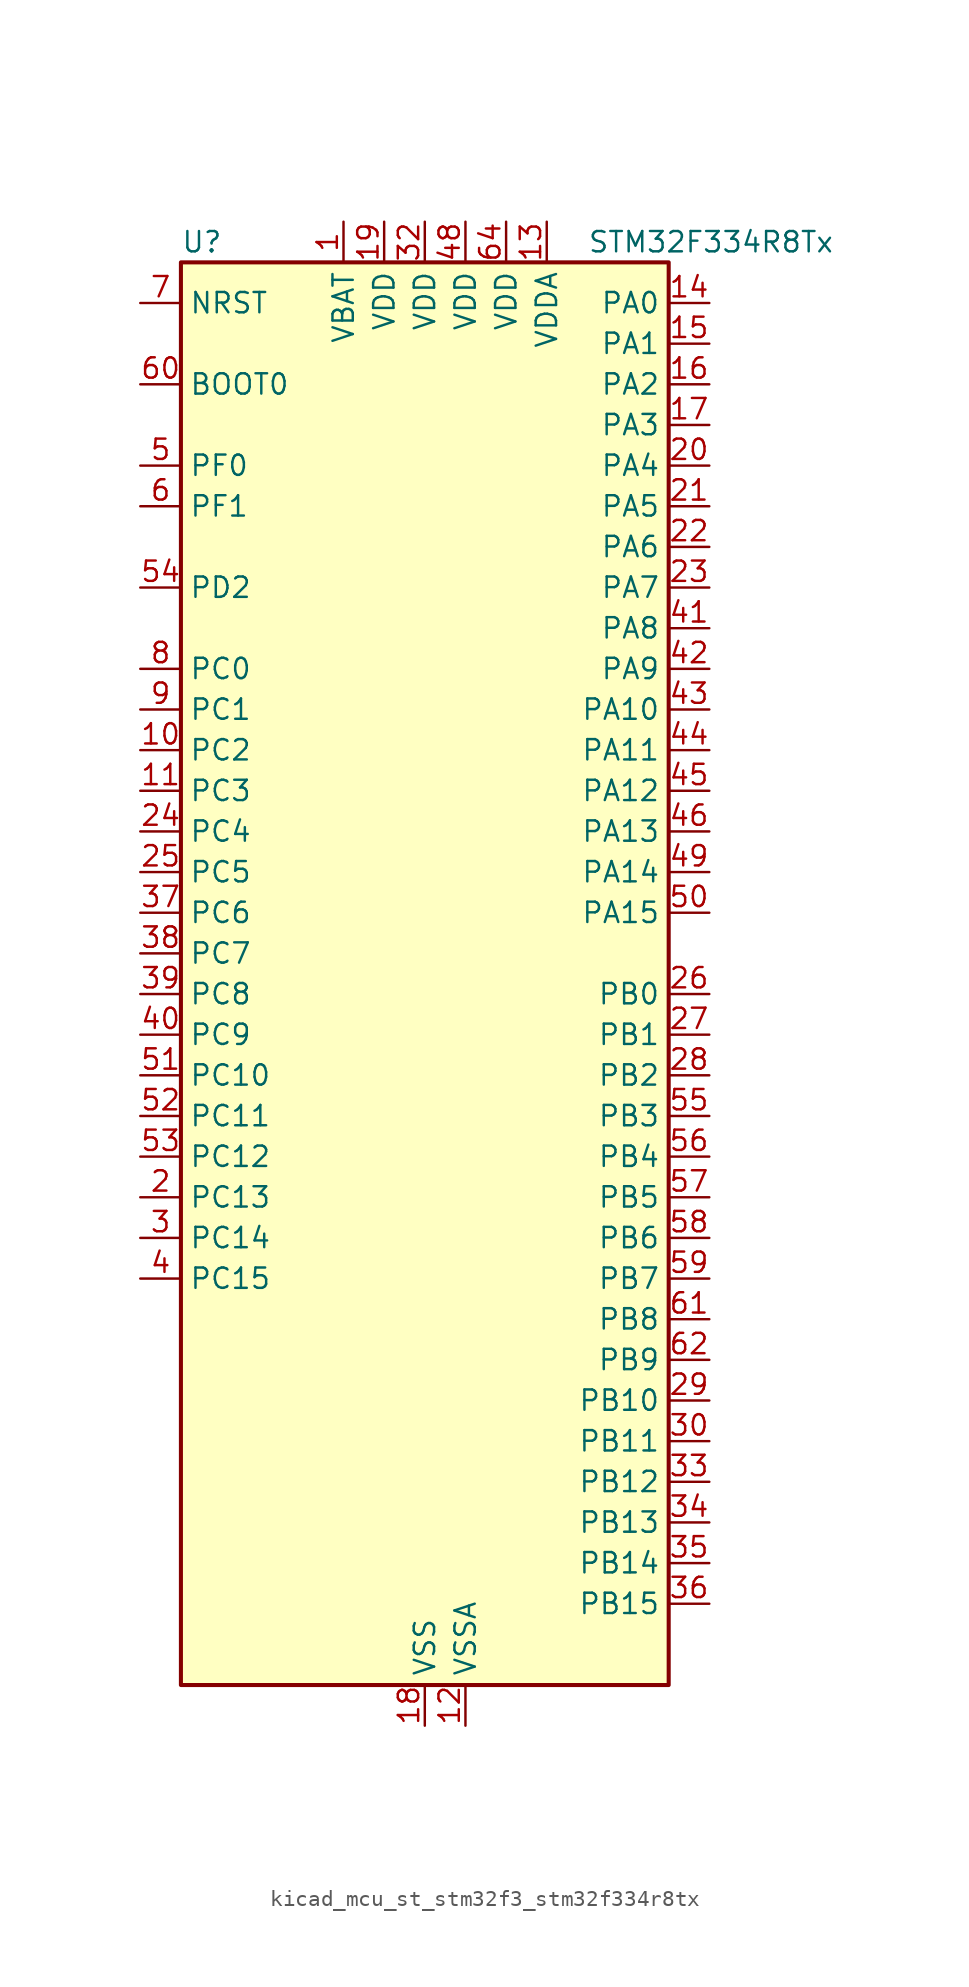
<source format=kicad_sym>
(kicad_symbol_lib
  (version 20220914)
  (generator kicad_symbol_editor)
  (symbol "kicad_mcu_st_stm32f3_stm32f334r8tx"
    (property "Reference" "U"
      (at -15.24 46.99 0)
      (effects (font (size 1.27 1.27)) (justify left)))
    (property "Value" "STM32F334R8Tx"
      (at 10.16 46.99 0)
      (effects (font (size 1.27 1.27)) (justify left)))
    (property "ki_locked" ""
      (at 0 0 0)
      (effects (font (size 1.27 1.27))))
    (symbol "kicad_mcu_st_stm32f3_stm32f334r8tx_0_1"
      (rectangle (start -15.24 -43.18) (end 15.24 45.72) (stroke (width 0.254) (type default)) (fill (type background))))
    (symbol "kicad_mcu_st_stm32f3_stm32f334r8tx_1_1"
      (pin power_in line (at -5.08 48.26 270) (length 2.54) (name "VBAT" (effects (font (size 1.27 1.27)))) (number "1" (effects (font (size 1.27 1.27)))))
      (pin bidirectional line (at -17.78 15.24 0) (length 2.54) (name "PC2" (effects (font (size 1.27 1.27)))) (number "10" (effects (font (size 1.27 1.27)))) (alternate "ADC1_IN8" bidirectional line) (alternate "ADC2_IN8" bidirectional line) (alternate "TIM1_CH3" bidirectional line))
      (pin bidirectional line (at -17.78 12.7 0) (length 2.54) (name "PC3" (effects (font (size 1.27 1.27)))) (number "11" (effects (font (size 1.27 1.27)))) (alternate "ADC1_IN9" bidirectional line) (alternate "ADC2_IN9" bidirectional line) (alternate "TIM1_BKIN2" bidirectional line) (alternate "TIM1_CH4" bidirectional line))
      (pin power_in line (at 2.54 -45.72 90) (length 2.54) (name "VSSA" (effects (font (size 1.27 1.27)))) (number "12" (effects (font (size 1.27 1.27)))))
      (pin power_in line (at 7.62 48.26 270) (length 2.54) (name "VDDA" (effects (font (size 1.27 1.27)))) (number "13" (effects (font (size 1.27 1.27)))))
      (pin bidirectional line (at 17.78 43.18 180) (length 2.54) (name "PA0" (effects (font (size 1.27 1.27)))) (number "14" (effects (font (size 1.27 1.27)))) (alternate "ADC1_IN1" bidirectional line) (alternate "RTC_TAMP2" bidirectional line) (alternate "SYS_WKUP1" bidirectional line) (alternate "TIM2_CH1" bidirectional line) (alternate "TIM2_ETR" bidirectional line) (alternate "TSC_G1_IO1" bidirectional line) (alternate "USART2_CTS" bidirectional line))
      (pin bidirectional line (at 17.78 40.64 180) (length 2.54) (name "PA1" (effects (font (size 1.27 1.27)))) (number "15" (effects (font (size 1.27 1.27)))) (alternate "ADC1_IN2" bidirectional line) (alternate "RTC_REFIN" bidirectional line) (alternate "TIM15_CH1N" bidirectional line) (alternate "TIM2_CH2" bidirectional line) (alternate "TSC_G1_IO2" bidirectional line) (alternate "USART2_DE" bidirectional line) (alternate "USART2_RTS" bidirectional line))
      (pin bidirectional line (at 17.78 38.1 180) (length 2.54) (name "PA2" (effects (font (size 1.27 1.27)))) (number "16" (effects (font (size 1.27 1.27)))) (alternate "ADC1_IN3" bidirectional line) (alternate "COMP2_INM" bidirectional line) (alternate "COMP2_OUT" bidirectional line) (alternate "TIM15_CH1" bidirectional line) (alternate "TIM2_CH3" bidirectional line) (alternate "TSC_G1_IO3" bidirectional line) (alternate "USART2_TX" bidirectional line))
      (pin bidirectional line (at 17.78 35.56 180) (length 2.54) (name "PA3" (effects (font (size 1.27 1.27)))) (number "17" (effects (font (size 1.27 1.27)))) (alternate "ADC1_IN4" bidirectional line) (alternate "TIM15_CH2" bidirectional line) (alternate "TIM2_CH4" bidirectional line) (alternate "TSC_G1_IO4" bidirectional line) (alternate "USART2_RX" bidirectional line))
      (pin power_in line (at 0 -45.72 90) (length 2.54) (name "VSS" (effects (font (size 1.27 1.27)))) (number "18" (effects (font (size 1.27 1.27)))))
      (pin power_in line (at -2.54 48.26 270) (length 2.54) (name "VDD" (effects (font (size 1.27 1.27)))) (number "19" (effects (font (size 1.27 1.27)))))
      (pin bidirectional line (at -17.78 -12.7 0) (length 2.54) (name "PC13" (effects (font (size 1.27 1.27)))) (number "2" (effects (font (size 1.27 1.27)))) (alternate "RTC_OUT_ALARM" bidirectional line) (alternate "RTC_OUT_CALIB" bidirectional line) (alternate "RTC_TAMP1" bidirectional line) (alternate "RTC_TS" bidirectional line) (alternate "SYS_WKUP2" bidirectional line) (alternate "TIM1_CH1N" bidirectional line))
      (pin bidirectional line (at 17.78 33.02 180) (length 2.54) (name "PA4" (effects (font (size 1.27 1.27)))) (number "20" (effects (font (size 1.27 1.27)))) (alternate "ADC2_IN1" bidirectional line) (alternate "COMP2_INM" bidirectional line) (alternate "COMP4_INM" bidirectional line) (alternate "COMP6_INM" bidirectional line) (alternate "DAC1_OUT1" bidirectional line) (alternate "SPI1_NSS" bidirectional line) (alternate "TIM3_CH2" bidirectional line) (alternate "TSC_G2_IO1" bidirectional line) (alternate "USART2_CK" bidirectional line))
      (pin bidirectional line (at 17.78 30.48 180) (length 2.54) (name "PA5" (effects (font (size 1.27 1.27)))) (number "21" (effects (font (size 1.27 1.27)))) (alternate "ADC2_IN2" bidirectional line) (alternate "DAC1_OUT2" bidirectional line) (alternate "OPAMP2_VINM" bidirectional line) (alternate "OPAMP2_VINM_SEC" bidirectional line) (alternate "SPI1_SCK" bidirectional line) (alternate "TIM2_CH1" bidirectional line) (alternate "TIM2_ETR" bidirectional line) (alternate "TSC_G2_IO2" bidirectional line))
      (pin bidirectional line (at 17.78 27.94 180) (length 2.54) (name "PA6" (effects (font (size 1.27 1.27)))) (number "22" (effects (font (size 1.27 1.27)))) (alternate "ADC2_IN3" bidirectional line) (alternate "DAC2_OUT1" bidirectional line) (alternate "OPAMP2_DIG" bidirectional line) (alternate "OPAMP2_VOUT" bidirectional line) (alternate "SPI1_MISO" bidirectional line) (alternate "TIM16_CH1" bidirectional line) (alternate "TIM1_BKIN" bidirectional line) (alternate "TIM3_CH1" bidirectional line) (alternate "TSC_G2_IO3" bidirectional line))
      (pin bidirectional line (at 17.78 25.4 180) (length 2.54) (name "PA7" (effects (font (size 1.27 1.27)))) (number "23" (effects (font (size 1.27 1.27)))) (alternate "ADC2_IN4" bidirectional line) (alternate "COMP2_INP" bidirectional line) (alternate "OPAMP2_VINP" bidirectional line) (alternate "OPAMP2_VINP_SEC" bidirectional line) (alternate "SPI1_MOSI" bidirectional line) (alternate "TIM17_CH1" bidirectional line) (alternate "TIM1_CH1N" bidirectional line) (alternate "TIM3_CH2" bidirectional line) (alternate "TSC_G2_IO4" bidirectional line))
      (pin bidirectional line (at -17.78 10.16 0) (length 2.54) (name "PC4" (effects (font (size 1.27 1.27)))) (number "24" (effects (font (size 1.27 1.27)))) (alternate "ADC2_IN5" bidirectional line) (alternate "TIM1_ETR" bidirectional line) (alternate "USART1_TX" bidirectional line))
      (pin bidirectional line (at -17.78 7.62 0) (length 2.54) (name "PC5" (effects (font (size 1.27 1.27)))) (number "25" (effects (font (size 1.27 1.27)))) (alternate "ADC2_IN11" bidirectional line) (alternate "OPAMP2_VINM" bidirectional line) (alternate "OPAMP2_VINM_SEC" bidirectional line) (alternate "TIM15_BKIN" bidirectional line) (alternate "TSC_G3_IO1" bidirectional line) (alternate "USART1_RX" bidirectional line))
      (pin bidirectional line (at 17.78 0 180) (length 2.54) (name "PB0" (effects (font (size 1.27 1.27)))) (number "26" (effects (font (size 1.27 1.27)))) (alternate "ADC1_IN11" bidirectional line) (alternate "COMP4_INP" bidirectional line) (alternate "OPAMP2_VINP" bidirectional line) (alternate "OPAMP2_VINP_SEC" bidirectional line) (alternate "TIM1_CH2N" bidirectional line) (alternate "TIM3_CH3" bidirectional line) (alternate "TSC_G3_IO2" bidirectional line))
      (pin bidirectional line (at 17.78 -2.54 180) (length 2.54) (name "PB1" (effects (font (size 1.27 1.27)))) (number "27" (effects (font (size 1.27 1.27)))) (alternate "ADC1_IN12" bidirectional line) (alternate "COMP4_OUT" bidirectional line) (alternate "HRTIM1_SCOUT" bidirectional line) (alternate "TIM1_CH3N" bidirectional line) (alternate "TIM3_CH4" bidirectional line) (alternate "TSC_G3_IO3" bidirectional line))
      (pin bidirectional line (at 17.78 -5.08 180) (length 2.54) (name "PB2" (effects (font (size 1.27 1.27)))) (number "28" (effects (font (size 1.27 1.27)))) (alternate "ADC2_IN12" bidirectional line) (alternate "COMP4_INM" bidirectional line) (alternate "HRTIM1_SCIN" bidirectional line) (alternate "TSC_G3_IO4" bidirectional line))
      (pin bidirectional line (at 17.78 -25.4 180) (length 2.54) (name "PB10" (effects (font (size 1.27 1.27)))) (number "29" (effects (font (size 1.27 1.27)))) (alternate "HRTIM1_FLT3" bidirectional line) (alternate "TIM2_CH3" bidirectional line) (alternate "TSC_SYNC" bidirectional line) (alternate "USART3_TX" bidirectional line))
      (pin bidirectional line (at -17.78 -15.24 0) (length 2.54) (name "PC14" (effects (font (size 1.27 1.27)))) (number "3" (effects (font (size 1.27 1.27)))) (alternate "RCC_OSC32_IN" bidirectional line))
      (pin bidirectional line (at 17.78 -27.94 180) (length 2.54) (name "PB11" (effects (font (size 1.27 1.27)))) (number "30" (effects (font (size 1.27 1.27)))) (alternate "ADC1_EXTI11" bidirectional line) (alternate "ADC2_EXTI11" bidirectional line) (alternate "COMP6_INP" bidirectional line) (alternate "HRTIM1_FLT4" bidirectional line) (alternate "TIM2_CH4" bidirectional line) (alternate "TSC_G6_IO1" bidirectional line) (alternate "USART3_RX" bidirectional line))
      (pin passive line (at 0 -45.72 90) (length 2.54) hide (name "VSS" (effects (font (size 1.27 1.27)))) (number "31" (effects (font (size 1.27 1.27)))))
      (pin power_in line (at 0 48.26 270) (length 2.54) (name "VDD" (effects (font (size 1.27 1.27)))) (number "32" (effects (font (size 1.27 1.27)))))
      (pin bidirectional line (at 17.78 -30.48 180) (length 2.54) (name "PB12" (effects (font (size 1.27 1.27)))) (number "33" (effects (font (size 1.27 1.27)))) (alternate "ADC2_IN13" bidirectional line) (alternate "HRTIM1_CHC1" bidirectional line) (alternate "TIM1_BKIN" bidirectional line) (alternate "TSC_G6_IO2" bidirectional line) (alternate "USART3_CK" bidirectional line))
      (pin bidirectional line (at 17.78 -33.02 180) (length 2.54) (name "PB13" (effects (font (size 1.27 1.27)))) (number "34" (effects (font (size 1.27 1.27)))) (alternate "ADC1_IN13" bidirectional line) (alternate "HRTIM1_CHC2" bidirectional line) (alternate "TIM1_CH1N" bidirectional line) (alternate "TSC_G6_IO3" bidirectional line) (alternate "USART3_CTS" bidirectional line))
      (pin bidirectional line (at 17.78 -35.56 180) (length 2.54) (name "PB14" (effects (font (size 1.27 1.27)))) (number "35" (effects (font (size 1.27 1.27)))) (alternate "ADC2_IN14" bidirectional line) (alternate "HRTIM1_CHD1" bidirectional line) (alternate "OPAMP2_VINP" bidirectional line) (alternate "OPAMP2_VINP_SEC" bidirectional line) (alternate "TIM15_CH1" bidirectional line) (alternate "TIM1_CH2N" bidirectional line) (alternate "TSC_G6_IO4" bidirectional line) (alternate "USART3_DE" bidirectional line) (alternate "USART3_RTS" bidirectional line))
      (pin bidirectional line (at 17.78 -38.1 180) (length 2.54) (name "PB15" (effects (font (size 1.27 1.27)))) (number "36" (effects (font (size 1.27 1.27)))) (alternate "ADC1_EXTI15" bidirectional line) (alternate "ADC2_EXTI15" bidirectional line) (alternate "ADC2_IN15" bidirectional line) (alternate "COMP6_INM" bidirectional line) (alternate "HRTIM1_CHD2" bidirectional line) (alternate "RTC_REFIN" bidirectional line) (alternate "TIM15_CH1N" bidirectional line) (alternate "TIM15_CH2" bidirectional line) (alternate "TIM1_CH3N" bidirectional line))
      (pin bidirectional line (at -17.78 5.08 0) (length 2.54) (name "PC6" (effects (font (size 1.27 1.27)))) (number "37" (effects (font (size 1.27 1.27)))) (alternate "COMP6_OUT" bidirectional line) (alternate "HRTIM1_EEV10" bidirectional line) (alternate "TIM3_CH1" bidirectional line))
      (pin bidirectional line (at -17.78 2.54 0) (length 2.54) (name "PC7" (effects (font (size 1.27 1.27)))) (number "38" (effects (font (size 1.27 1.27)))) (alternate "HRTIM1_FLT5" bidirectional line) (alternate "TIM3_CH2" bidirectional line))
      (pin bidirectional line (at -17.78 0 0) (length 2.54) (name "PC8" (effects (font (size 1.27 1.27)))) (number "39" (effects (font (size 1.27 1.27)))) (alternate "HRTIM1_CHE1" bidirectional line) (alternate "TIM3_CH3" bidirectional line))
      (pin bidirectional line (at -17.78 -17.78 0) (length 2.54) (name "PC15" (effects (font (size 1.27 1.27)))) (number "4" (effects (font (size 1.27 1.27)))) (alternate "ADC1_EXTI15" bidirectional line) (alternate "ADC2_EXTI15" bidirectional line) (alternate "RCC_OSC32_OUT" bidirectional line))
      (pin bidirectional line (at -17.78 -2.54 0) (length 2.54) (name "PC9" (effects (font (size 1.27 1.27)))) (number "40" (effects (font (size 1.27 1.27)))) (alternate "DAC1_EXTI9" bidirectional line) (alternate "DAC2_EXTI9" bidirectional line) (alternate "HRTIM1_CHE2" bidirectional line) (alternate "TIM3_CH4" bidirectional line))
      (pin bidirectional line (at 17.78 22.86 180) (length 2.54) (name "PA8" (effects (font (size 1.27 1.27)))) (number "41" (effects (font (size 1.27 1.27)))) (alternate "HRTIM1_CHA1" bidirectional line) (alternate "RCC_MCO" bidirectional line) (alternate "TIM1_CH1" bidirectional line) (alternate "USART1_CK" bidirectional line))
      (pin bidirectional line (at 17.78 20.32 180) (length 2.54) (name "PA9" (effects (font (size 1.27 1.27)))) (number "42" (effects (font (size 1.27 1.27)))) (alternate "DAC1_EXTI9" bidirectional line) (alternate "DAC2_EXTI9" bidirectional line) (alternate "HRTIM1_CHA2" bidirectional line) (alternate "TIM15_BKIN" bidirectional line) (alternate "TIM1_CH2" bidirectional line) (alternate "TIM2_CH3" bidirectional line) (alternate "TSC_G4_IO1" bidirectional line) (alternate "USART1_TX" bidirectional line))
      (pin bidirectional line (at 17.78 17.78 180) (length 2.54) (name "PA10" (effects (font (size 1.27 1.27)))) (number "43" (effects (font (size 1.27 1.27)))) (alternate "COMP6_OUT" bidirectional line) (alternate "HRTIM1_CHB1" bidirectional line) (alternate "TIM17_BKIN" bidirectional line) (alternate "TIM1_CH3" bidirectional line) (alternate "TIM2_CH4" bidirectional line) (alternate "TSC_G4_IO2" bidirectional line) (alternate "USART1_RX" bidirectional line))
      (pin bidirectional line (at 17.78 15.24 180) (length 2.54) (name "PA11" (effects (font (size 1.27 1.27)))) (number "44" (effects (font (size 1.27 1.27)))) (alternate "ADC1_EXTI11" bidirectional line) (alternate "ADC2_EXTI11" bidirectional line) (alternate "CAN_RX" bidirectional line) (alternate "HRTIM1_CHB2" bidirectional line) (alternate "TIM1_BKIN2" bidirectional line) (alternate "TIM1_CH1N" bidirectional line) (alternate "TIM1_CH4" bidirectional line) (alternate "USART1_CTS" bidirectional line))
      (pin bidirectional line (at 17.78 12.7 180) (length 2.54) (name "PA12" (effects (font (size 1.27 1.27)))) (number "45" (effects (font (size 1.27 1.27)))) (alternate "CAN_TX" bidirectional line) (alternate "COMP2_OUT" bidirectional line) (alternate "HRTIM1_FLT1" bidirectional line) (alternate "TIM16_CH1" bidirectional line) (alternate "TIM1_CH2N" bidirectional line) (alternate "TIM1_ETR" bidirectional line) (alternate "USART1_DE" bidirectional line) (alternate "USART1_RTS" bidirectional line))
      (pin bidirectional line (at 17.78 10.16 180) (length 2.54) (name "PA13" (effects (font (size 1.27 1.27)))) (number "46" (effects (font (size 1.27 1.27)))) (alternate "IR_OUT" bidirectional line) (alternate "SYS_JTMS-SWDIO" bidirectional line) (alternate "TIM16_CH1N" bidirectional line) (alternate "TSC_G4_IO3" bidirectional line) (alternate "USART3_CTS" bidirectional line))
      (pin passive line (at 0 -45.72 90) (length 2.54) hide (name "VSS" (effects (font (size 1.27 1.27)))) (number "47" (effects (font (size 1.27 1.27)))))
      (pin power_in line (at 2.54 48.26 270) (length 2.54) (name "VDD" (effects (font (size 1.27 1.27)))) (number "48" (effects (font (size 1.27 1.27)))))
      (pin bidirectional line (at 17.78 7.62 180) (length 2.54) (name "PA14" (effects (font (size 1.27 1.27)))) (number "49" (effects (font (size 1.27 1.27)))) (alternate "I2C1_SDA" bidirectional line) (alternate "SYS_JTCK-SWCLK" bidirectional line) (alternate "TIM1_BKIN" bidirectional line) (alternate "TSC_G4_IO4" bidirectional line) (alternate "USART2_TX" bidirectional line))
      (pin bidirectional line (at -17.78 33.02 0) (length 2.54) (name "PF0" (effects (font (size 1.27 1.27)))) (number "5" (effects (font (size 1.27 1.27)))) (alternate "RCC_OSC_IN" bidirectional line) (alternate "TIM1_CH3N" bidirectional line))
      (pin bidirectional line (at 17.78 5.08 180) (length 2.54) (name "PA15" (effects (font (size 1.27 1.27)))) (number "50" (effects (font (size 1.27 1.27)))) (alternate "ADC1_EXTI15" bidirectional line) (alternate "ADC2_EXTI15" bidirectional line) (alternate "HRTIM1_FLT2" bidirectional line) (alternate "I2C1_SCL" bidirectional line) (alternate "SPI1_NSS" bidirectional line) (alternate "SYS_JTDI" bidirectional line) (alternate "TIM1_BKIN" bidirectional line) (alternate "TIM2_CH1" bidirectional line) (alternate "TIM2_ETR" bidirectional line) (alternate "TSC_SYNC" bidirectional line) (alternate "USART2_RX" bidirectional line))
      (pin bidirectional line (at -17.78 -5.08 0) (length 2.54) (name "PC10" (effects (font (size 1.27 1.27)))) (number "51" (effects (font (size 1.27 1.27)))) (alternate "USART3_TX" bidirectional line))
      (pin bidirectional line (at -17.78 -7.62 0) (length 2.54) (name "PC11" (effects (font (size 1.27 1.27)))) (number "52" (effects (font (size 1.27 1.27)))) (alternate "ADC1_EXTI11" bidirectional line) (alternate "ADC2_EXTI11" bidirectional line) (alternate "HRTIM1_EEV2" bidirectional line) (alternate "USART3_RX" bidirectional line))
      (pin bidirectional line (at -17.78 -10.16 0) (length 2.54) (name "PC12" (effects (font (size 1.27 1.27)))) (number "53" (effects (font (size 1.27 1.27)))) (alternate "HRTIM1_EEV1" bidirectional line) (alternate "USART3_CK" bidirectional line))
      (pin bidirectional line (at -17.78 25.4 0) (length 2.54) (name "PD2" (effects (font (size 1.27 1.27)))) (number "54" (effects (font (size 1.27 1.27)))) (alternate "TIM3_ETR" bidirectional line))
      (pin bidirectional line (at 17.78 -7.62 180) (length 2.54) (name "PB3" (effects (font (size 1.27 1.27)))) (number "55" (effects (font (size 1.27 1.27)))) (alternate "HRTIM1_EEV9" bidirectional line) (alternate "HRTIM1_SCOUT" bidirectional line) (alternate "SPI1_SCK" bidirectional line) (alternate "SYS_JTDO-TRACESWO" bidirectional line) (alternate "TIM2_CH2" bidirectional line) (alternate "TIM3_ETR" bidirectional line) (alternate "TSC_G5_IO1" bidirectional line) (alternate "USART2_TX" bidirectional line))
      (pin bidirectional line (at 17.78 -10.16 180) (length 2.54) (name "PB4" (effects (font (size 1.27 1.27)))) (number "56" (effects (font (size 1.27 1.27)))) (alternate "HRTIM1_EEV7" bidirectional line) (alternate "SPI1_MISO" bidirectional line) (alternate "SYS_NJTRST" bidirectional line) (alternate "TIM16_CH1" bidirectional line) (alternate "TIM17_BKIN" bidirectional line) (alternate "TIM3_CH1" bidirectional line) (alternate "TSC_G5_IO2" bidirectional line) (alternate "USART2_RX" bidirectional line))
      (pin bidirectional line (at 17.78 -12.7 180) (length 2.54) (name "PB5" (effects (font (size 1.27 1.27)))) (number "57" (effects (font (size 1.27 1.27)))) (alternate "HRTIM1_EEV6" bidirectional line) (alternate "I2C1_SMBA" bidirectional line) (alternate "SPI1_MOSI" bidirectional line) (alternate "TIM16_BKIN" bidirectional line) (alternate "TIM17_CH1" bidirectional line) (alternate "TIM3_CH2" bidirectional line) (alternate "USART2_CK" bidirectional line))
      (pin bidirectional line (at 17.78 -15.24 180) (length 2.54) (name "PB6" (effects (font (size 1.27 1.27)))) (number "58" (effects (font (size 1.27 1.27)))) (alternate "HRTIM1_EEV4" bidirectional line) (alternate "HRTIM1_SCIN" bidirectional line) (alternate "I2C1_SCL" bidirectional line) (alternate "TIM16_CH1N" bidirectional line) (alternate "TSC_G5_IO3" bidirectional line) (alternate "USART1_TX" bidirectional line))
      (pin bidirectional line (at 17.78 -17.78 180) (length 2.54) (name "PB7" (effects (font (size 1.27 1.27)))) (number "59" (effects (font (size 1.27 1.27)))) (alternate "HRTIM1_EEV3" bidirectional line) (alternate "I2C1_SDA" bidirectional line) (alternate "TIM17_CH1N" bidirectional line) (alternate "TIM3_CH4" bidirectional line) (alternate "TSC_G5_IO4" bidirectional line) (alternate "USART1_RX" bidirectional line))
      (pin bidirectional line (at -17.78 30.48 0) (length 2.54) (name "PF1" (effects (font (size 1.27 1.27)))) (number "6" (effects (font (size 1.27 1.27)))) (alternate "RCC_OSC_OUT" bidirectional line))
      (pin input line (at -17.78 38.1 0) (length 2.54) (name "BOOT0" (effects (font (size 1.27 1.27)))) (number "60" (effects (font (size 1.27 1.27)))))
      (pin bidirectional line (at 17.78 -20.32 180) (length 2.54) (name "PB8" (effects (font (size 1.27 1.27)))) (number "61" (effects (font (size 1.27 1.27)))) (alternate "CAN_RX" bidirectional line) (alternate "HRTIM1_EEV8" bidirectional line) (alternate "I2C1_SCL" bidirectional line) (alternate "TIM16_CH1" bidirectional line) (alternate "TIM1_BKIN" bidirectional line) (alternate "TSC_SYNC" bidirectional line) (alternate "USART3_RX" bidirectional line))
      (pin bidirectional line (at 17.78 -22.86 180) (length 2.54) (name "PB9" (effects (font (size 1.27 1.27)))) (number "62" (effects (font (size 1.27 1.27)))) (alternate "CAN_TX" bidirectional line) (alternate "COMP2_OUT" bidirectional line) (alternate "DAC1_EXTI9" bidirectional line) (alternate "DAC2_EXTI9" bidirectional line) (alternate "HRTIM1_EEV5" bidirectional line) (alternate "I2C1_SDA" bidirectional line) (alternate "IR_OUT" bidirectional line) (alternate "TIM17_CH1" bidirectional line) (alternate "USART3_TX" bidirectional line))
      (pin passive line (at 0 -45.72 90) (length 2.54) hide (name "VSS" (effects (font (size 1.27 1.27)))) (number "63" (effects (font (size 1.27 1.27)))))
      (pin power_in line (at 5.08 48.26 270) (length 2.54) (name "VDD" (effects (font (size 1.27 1.27)))) (number "64" (effects (font (size 1.27 1.27)))))
      (pin input line (at -17.78 43.18 0) (length 2.54) (name "NRST" (effects (font (size 1.27 1.27)))) (number "7" (effects (font (size 1.27 1.27)))))
      (pin bidirectional line (at -17.78 20.32 0) (length 2.54) (name "PC0" (effects (font (size 1.27 1.27)))) (number "8" (effects (font (size 1.27 1.27)))) (alternate "ADC1_IN6" bidirectional line) (alternate "ADC2_IN6" bidirectional line) (alternate "TIM1_CH1" bidirectional line))
      (pin bidirectional line (at -17.78 17.78 0) (length 2.54) (name "PC1" (effects (font (size 1.27 1.27)))) (number "9" (effects (font (size 1.27 1.27)))) (alternate "ADC1_IN7" bidirectional line) (alternate "ADC2_IN7" bidirectional line) (alternate "TIM1_CH2" bidirectional line)))))
</source>
